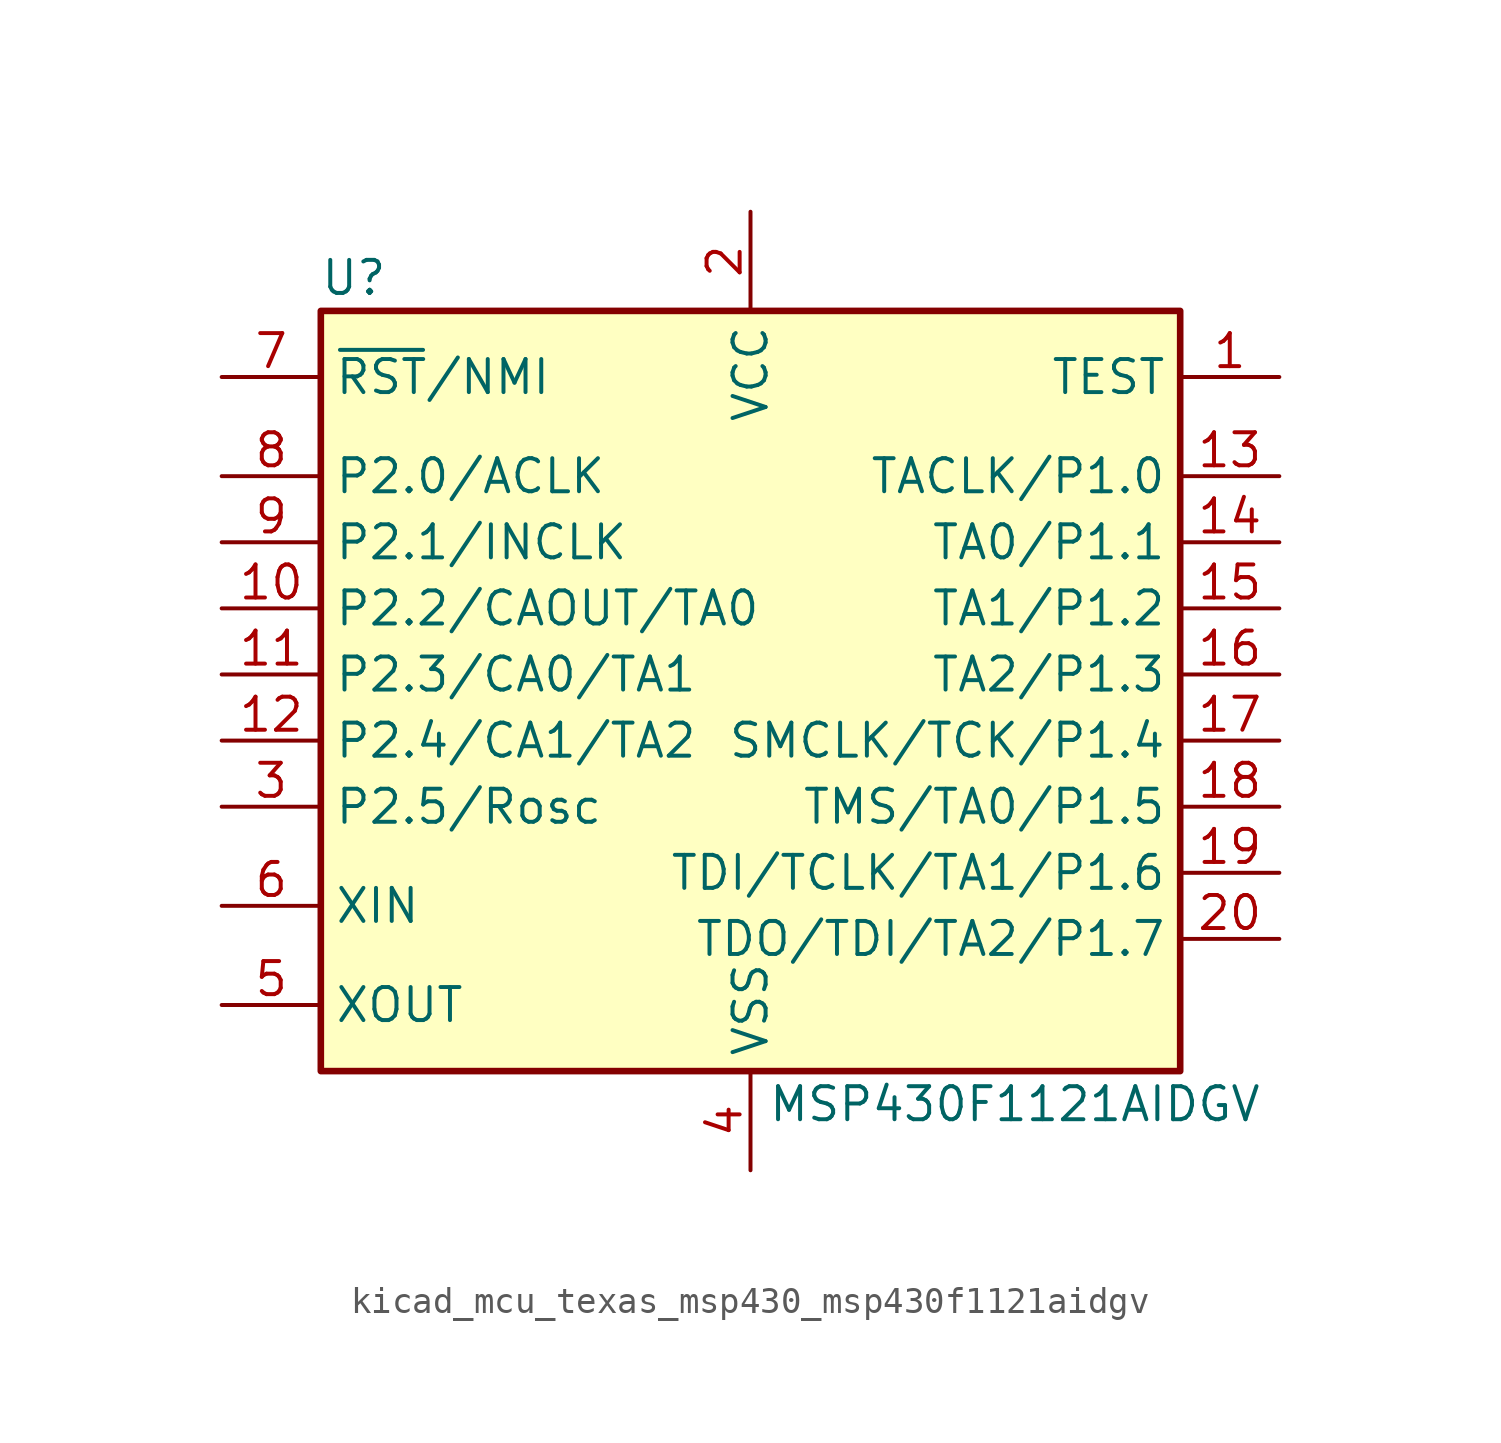
<source format=kicad_sym>
(kicad_symbol_lib
  (version 20220914)
  (generator kicad_symbol_editor)
  (symbol "kicad_mcu_texas_msp430_msp430f1121aidgv"
    (property "Reference" "U"
      (at -15.24 15.24 0)
      (effects (font (size 1.27 1.27))))
    (property "Value" "MSP430F1121AIDGV"
      (at 10.16 -16.51 0)
      (effects (font (size 1.27 1.27))))
    (symbol "kicad_mcu_texas_msp430_msp430f1121aidgv_0_1"
      (rectangle (start -16.51 13.97) (end 16.51 -15.24) (stroke (width 0.254) (type default)) (fill (type background))))
    (symbol "kicad_mcu_texas_msp430_msp430f1121aidgv_1_1"
      (pin input line (at 20.32 11.43 180) (length 3.81) (name "TEST" (effects (font (size 1.27 1.27)))) (number "1" (effects (font (size 1.27 1.27)))))
      (pin bidirectional line (at -20.32 2.54 0) (length 3.81) (name "P2.2/CAOUT/TA0" (effects (font (size 1.27 1.27)))) (number "10" (effects (font (size 1.27 1.27)))))
      (pin bidirectional line (at -20.32 0 0) (length 3.81) (name "P2.3/CA0/TA1" (effects (font (size 1.27 1.27)))) (number "11" (effects (font (size 1.27 1.27)))))
      (pin bidirectional line (at -20.32 -2.54 0) (length 3.81) (name "P2.4/CA1/TA2" (effects (font (size 1.27 1.27)))) (number "12" (effects (font (size 1.27 1.27)))))
      (pin bidirectional line (at 20.32 7.62 180) (length 3.81) (name "TACLK/P1.0" (effects (font (size 1.27 1.27)))) (number "13" (effects (font (size 1.27 1.27)))))
      (pin bidirectional line (at 20.32 5.08 180) (length 3.81) (name "TA0/P1.1" (effects (font (size 1.27 1.27)))) (number "14" (effects (font (size 1.27 1.27)))))
      (pin bidirectional line (at 20.32 2.54 180) (length 3.81) (name "TA1/P1.2" (effects (font (size 1.27 1.27)))) (number "15" (effects (font (size 1.27 1.27)))))
      (pin bidirectional line (at 20.32 0 180) (length 3.81) (name "TA2/P1.3" (effects (font (size 1.27 1.27)))) (number "16" (effects (font (size 1.27 1.27)))))
      (pin bidirectional line (at 20.32 -2.54 180) (length 3.81) (name "SMCLK/TCK/P1.4" (effects (font (size 1.27 1.27)))) (number "17" (effects (font (size 1.27 1.27)))))
      (pin bidirectional line (at 20.32 -5.08 180) (length 3.81) (name "TMS/TA0/P1.5" (effects (font (size 1.27 1.27)))) (number "18" (effects (font (size 1.27 1.27)))))
      (pin bidirectional line (at 20.32 -7.62 180) (length 3.81) (name "TDI/TCLK/TA1/P1.6" (effects (font (size 1.27 1.27)))) (number "19" (effects (font (size 1.27 1.27)))))
      (pin power_in line (at 0 17.78 270) (length 3.81) (name "VCC" (effects (font (size 1.27 1.27)))) (number "2" (effects (font (size 1.27 1.27)))))
      (pin bidirectional line (at 20.32 -10.16 180) (length 3.81) (name "TDO/TDI/TA2/P1.7" (effects (font (size 1.27 1.27)))) (number "20" (effects (font (size 1.27 1.27)))))
      (pin bidirectional line (at -20.32 -5.08 0) (length 3.81) (name "P2.5/Rosc" (effects (font (size 1.27 1.27)))) (number "3" (effects (font (size 1.27 1.27)))))
      (pin power_in line (at 0 -19.05 90) (length 3.81) (name "VSS" (effects (font (size 1.27 1.27)))) (number "4" (effects (font (size 1.27 1.27)))))
      (pin output line (at -20.32 -12.7 0) (length 3.81) (name "XOUT" (effects (font (size 1.27 1.27)))) (number "5" (effects (font (size 1.27 1.27)))))
      (pin input line (at -20.32 -8.89 0) (length 3.81) (name "XIN" (effects (font (size 1.27 1.27)))) (number "6" (effects (font (size 1.27 1.27)))))
      (pin input line (at -20.32 11.43 0) (length 3.81) (name "~{RST}/NMI" (effects (font (size 1.27 1.27)))) (number "7" (effects (font (size 1.27 1.27)))))
      (pin bidirectional line (at -20.32 7.62 0) (length 3.81) (name "P2.0/ACLK" (effects (font (size 1.27 1.27)))) (number "8" (effects (font (size 1.27 1.27)))))
      (pin bidirectional line (at -20.32 5.08 0) (length 3.81) (name "P2.1/INCLK" (effects (font (size 1.27 1.27)))) (number "9" (effects (font (size 1.27 1.27))))))))
</source>
